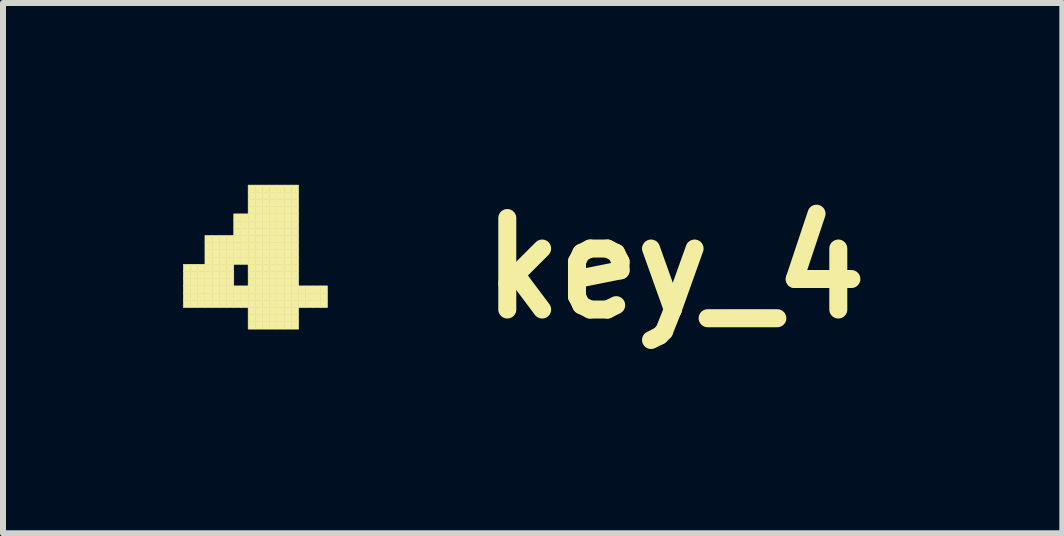
<source format=kicad_pcb>
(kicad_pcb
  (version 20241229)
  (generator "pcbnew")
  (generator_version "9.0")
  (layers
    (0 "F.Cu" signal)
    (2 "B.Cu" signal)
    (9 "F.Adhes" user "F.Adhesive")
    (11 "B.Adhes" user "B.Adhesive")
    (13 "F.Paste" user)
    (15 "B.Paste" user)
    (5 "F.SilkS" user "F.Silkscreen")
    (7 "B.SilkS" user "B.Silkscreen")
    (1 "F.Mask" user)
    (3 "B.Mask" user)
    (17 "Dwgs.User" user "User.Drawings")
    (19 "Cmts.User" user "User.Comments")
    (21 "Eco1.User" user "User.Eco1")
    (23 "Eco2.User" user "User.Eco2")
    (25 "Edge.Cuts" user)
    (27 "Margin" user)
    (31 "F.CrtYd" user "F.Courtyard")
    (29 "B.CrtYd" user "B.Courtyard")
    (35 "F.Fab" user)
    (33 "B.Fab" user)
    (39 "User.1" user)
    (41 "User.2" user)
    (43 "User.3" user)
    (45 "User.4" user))
  (footprint "key_4"
    (layer "F.Cu")
    (at 1.085 1.418)
    (property "Reference" "key_4" (at 7.112 0 0) (layer "F.SilkS") (effects (font (size 1.524 1.524) (thickness 0.3))))
    (attr through_hole)
    (fp_poly (pts (xy -1.08 -0.064) (xy -0.96 -0.064) (xy -0.96 0.056) (xy -1.08 0.056) (xy -1.08 -0.064)) (stroke (width 0.01) (type solid)) (fill yes) (layer "F.SilkS"))
    (fp_poly (pts (xy -1.08 0.056) (xy -0.96 0.056) (xy -0.96 0.176) (xy -1.08 0.176) (xy -1.08 0.056)) (stroke (width 0.01) (type solid)) (fill yes) (layer "F.SilkS"))
    (fp_poly (pts (xy -1.08 0.176) (xy -0.96 0.176) (xy -0.96 0.296) (xy -1.08 0.296) (xy -1.08 0.176)) (stroke (width 0.01) (type solid)) (fill yes) (layer "F.SilkS"))
    (fp_poly (pts (xy -1.08 0.296) (xy -0.96 0.296) (xy -0.96 0.416) (xy -1.08 0.416) (xy -1.08 0.296)) (stroke (width 0.01) (type solid)) (fill yes) (layer "F.SilkS"))
    (fp_poly (pts (xy -1.08 0.416) (xy -0.96 0.416) (xy -0.96 0.536) (xy -1.08 0.536) (xy -1.08 0.416)) (stroke (width 0.01) (type solid)) (fill yes) (layer "F.SilkS"))
    (fp_poly (pts (xy -1.08 0.536) (xy -0.96 0.536) (xy -0.96 0.656) (xy -1.08 0.656) (xy -1.08 0.536)) (stroke (width 0.01) (type solid)) (fill yes) (layer "F.SilkS"))
    (fp_poly (pts (xy -0.96 -0.064) (xy -0.84 -0.064) (xy -0.84 0.056) (xy -0.96 0.056) (xy -0.96 -0.064)) (stroke (width 0.01) (type solid)) (fill yes) (layer "F.SilkS"))
    (fp_poly (pts (xy -0.96 0.056) (xy -0.84 0.056) (xy -0.84 0.176) (xy -0.96 0.176) (xy -0.96 0.056)) (stroke (width 0.01) (type solid)) (fill yes) (layer "F.SilkS"))
    (fp_poly (pts (xy -0.96 0.176) (xy -0.84 0.176) (xy -0.84 0.296) (xy -0.96 0.296) (xy -0.96 0.176)) (stroke (width 0.01) (type solid)) (fill yes) (layer "F.SilkS"))
    (fp_poly (pts (xy -0.96 0.296) (xy -0.84 0.296) (xy -0.84 0.416) (xy -0.96 0.416) (xy -0.96 0.296)) (stroke (width 0.01) (type solid)) (fill yes) (layer "F.SilkS"))
    (fp_poly (pts (xy -0.96 0.416) (xy -0.84 0.416) (xy -0.84 0.536) (xy -0.96 0.536) (xy -0.96 0.416)) (stroke (width 0.01) (type solid)) (fill yes) (layer "F.SilkS"))
    (fp_poly (pts (xy -0.96 0.536) (xy -0.84 0.536) (xy -0.84 0.656) (xy -0.96 0.656) (xy -0.96 0.536)) (stroke (width 0.01) (type solid)) (fill yes) (layer "F.SilkS"))
    (fp_poly (pts (xy -0.84 -0.064) (xy -0.72 -0.064) (xy -0.72 0.056) (xy -0.84 0.056) (xy -0.84 -0.064)) (stroke (width 0.01) (type solid)) (fill yes) (layer "F.SilkS"))
    (fp_poly (pts (xy -0.84 0.056) (xy -0.72 0.056) (xy -0.72 0.176) (xy -0.84 0.176) (xy -0.84 0.056)) (stroke (width 0.01) (type solid)) (fill yes) (layer "F.SilkS"))
    (fp_poly (pts (xy -0.84 0.176) (xy -0.72 0.176) (xy -0.72 0.296) (xy -0.84 0.296) (xy -0.84 0.176)) (stroke (width 0.01) (type solid)) (fill yes) (layer "F.SilkS"))
    (fp_poly (pts (xy -0.84 0.296) (xy -0.72 0.296) (xy -0.72 0.416) (xy -0.84 0.416) (xy -0.84 0.296)) (stroke (width 0.01) (type solid)) (fill yes) (layer "F.SilkS"))
    (fp_poly (pts (xy -0.84 0.416) (xy -0.72 0.416) (xy -0.72 0.536) (xy -0.84 0.536) (xy -0.84 0.416)) (stroke (width 0.01) (type solid)) (fill yes) (layer "F.SilkS"))
    (fp_poly (pts (xy -0.84 0.536) (xy -0.72 0.536) (xy -0.72 0.656) (xy -0.84 0.656) (xy -0.84 0.536)) (stroke (width 0.01) (type solid)) (fill yes) (layer "F.SilkS"))
    (fp_poly (pts (xy -0.72 -0.544) (xy -0.6 -0.544) (xy -0.6 -0.424) (xy -0.72 -0.424) (xy -0.72 -0.544)) (stroke (width 0.01) (type solid)) (fill yes) (layer "F.SilkS"))
    (fp_poly (pts (xy -0.72 -0.424) (xy -0.6 -0.424) (xy -0.6 -0.304) (xy -0.72 -0.304) (xy -0.72 -0.424)) (stroke (width 0.01) (type solid)) (fill yes) (layer "F.SilkS"))
    (fp_poly (pts (xy -0.72 -0.304) (xy -0.6 -0.304) (xy -0.6 -0.184) (xy -0.72 -0.184) (xy -0.72 -0.304)) (stroke (width 0.01) (type solid)) (fill yes) (layer "F.SilkS"))
    (fp_poly (pts (xy -0.72 -0.184) (xy -0.6 -0.184) (xy -0.6 -0.064) (xy -0.72 -0.064) (xy -0.72 -0.184)) (stroke (width 0.01) (type solid)) (fill yes) (layer "F.SilkS"))
    (fp_poly (pts (xy -0.72 -0.064) (xy -0.6 -0.064) (xy -0.6 0.056) (xy -0.72 0.056) (xy -0.72 -0.064)) (stroke (width 0.01) (type solid)) (fill yes) (layer "F.SilkS"))
    (fp_poly (pts (xy -0.72 0.056) (xy -0.6 0.056) (xy -0.6 0.176) (xy -0.72 0.176) (xy -0.72 0.056)) (stroke (width 0.01) (type solid)) (fill yes) (layer "F.SilkS"))
    (fp_poly (pts (xy -0.72 0.176) (xy -0.6 0.176) (xy -0.6 0.296) (xy -0.72 0.296) (xy -0.72 0.176)) (stroke (width 0.01) (type solid)) (fill yes) (layer "F.SilkS"))
    (fp_poly (pts (xy -0.72 0.296) (xy -0.6 0.296) (xy -0.6 0.416) (xy -0.72 0.416) (xy -0.72 0.296)) (stroke (width 0.01) (type solid)) (fill yes) (layer "F.SilkS"))
    (fp_poly (pts (xy -0.72 0.416) (xy -0.6 0.416) (xy -0.6 0.536) (xy -0.72 0.536) (xy -0.72 0.416)) (stroke (width 0.01) (type solid)) (fill yes) (layer "F.SilkS"))
    (fp_poly (pts (xy -0.72 0.536) (xy -0.6 0.536) (xy -0.6 0.656) (xy -0.72 0.656) (xy -0.72 0.536)) (stroke (width 0.01) (type solid)) (fill yes) (layer "F.SilkS"))
    (fp_poly (pts (xy -0.6 -0.544) (xy -0.48 -0.544) (xy -0.48 -0.424) (xy -0.6 -0.424) (xy -0.6 -0.544)) (stroke (width 0.01) (type solid)) (fill yes) (layer "F.SilkS"))
    (fp_poly (pts (xy -0.6 -0.424) (xy -0.48 -0.424) (xy -0.48 -0.304) (xy -0.6 -0.304) (xy -0.6 -0.424)) (stroke (width 0.01) (type solid)) (fill yes) (layer "F.SilkS"))
    (fp_poly (pts (xy -0.6 -0.304) (xy -0.48 -0.304) (xy -0.48 -0.184) (xy -0.6 -0.184) (xy -0.6 -0.304)) (stroke (width 0.01) (type solid)) (fill yes) (layer "F.SilkS"))
    (fp_poly (pts (xy -0.6 -0.184) (xy -0.48 -0.184) (xy -0.48 -0.064) (xy -0.6 -0.064) (xy -0.6 -0.184)) (stroke (width 0.01) (type solid)) (fill yes) (layer "F.SilkS"))
    (fp_poly (pts (xy -0.6 -0.064) (xy -0.48 -0.064) (xy -0.48 0.056) (xy -0.6 0.056) (xy -0.6 -0.064)) (stroke (width 0.01) (type solid)) (fill yes) (layer "F.SilkS"))
    (fp_poly (pts (xy -0.6 0.056) (xy -0.48 0.056) (xy -0.48 0.176) (xy -0.6 0.176) (xy -0.6 0.056)) (stroke (width 0.01) (type solid)) (fill yes) (layer "F.SilkS"))
    (fp_poly (pts (xy -0.6 0.176) (xy -0.48 0.176) (xy -0.48 0.296) (xy -0.6 0.296) (xy -0.6 0.176)) (stroke (width 0.01) (type solid)) (fill yes) (layer "F.SilkS"))
    (fp_poly (pts (xy -0.6 0.296) (xy -0.48 0.296) (xy -0.48 0.416) (xy -0.6 0.416) (xy -0.6 0.296)) (stroke (width 0.01) (type solid)) (fill yes) (layer "F.SilkS"))
    (fp_poly (pts (xy -0.6 0.416) (xy -0.48 0.416) (xy -0.48 0.536) (xy -0.6 0.536) (xy -0.6 0.416)) (stroke (width 0.01) (type solid)) (fill yes) (layer "F.SilkS"))
    (fp_poly (pts (xy -0.6 0.536) (xy -0.48 0.536) (xy -0.48 0.656) (xy -0.6 0.656) (xy -0.6 0.536)) (stroke (width 0.01) (type solid)) (fill yes) (layer "F.SilkS"))
    (fp_poly (pts (xy -0.48 -0.544) (xy -0.36 -0.544) (xy -0.36 -0.424) (xy -0.48 -0.424) (xy -0.48 -0.544)) (stroke (width 0.01) (type solid)) (fill yes) (layer "F.SilkS"))
    (fp_poly (pts (xy -0.48 -0.424) (xy -0.36 -0.424) (xy -0.36 -0.304) (xy -0.48 -0.304) (xy -0.48 -0.424)) (stroke (width 0.01) (type solid)) (fill yes) (layer "F.SilkS"))
    (fp_poly (pts (xy -0.48 -0.304) (xy -0.36 -0.304) (xy -0.36 -0.184) (xy -0.48 -0.184) (xy -0.48 -0.304)) (stroke (width 0.01) (type solid)) (fill yes) (layer "F.SilkS"))
    (fp_poly (pts (xy -0.48 -0.184) (xy -0.36 -0.184) (xy -0.36 -0.064) (xy -0.48 -0.064) (xy -0.48 -0.184)) (stroke (width 0.01) (type solid)) (fill yes) (layer "F.SilkS"))
    (fp_poly (pts (xy -0.48 -0.064) (xy -0.36 -0.064) (xy -0.36 0.056) (xy -0.48 0.056) (xy -0.48 -0.064)) (stroke (width 0.01) (type solid)) (fill yes) (layer "F.SilkS"))
    (fp_poly (pts (xy -0.48 0.056) (xy -0.36 0.056) (xy -0.36 0.176) (xy -0.48 0.176) (xy -0.48 0.056)) (stroke (width 0.01) (type solid)) (fill yes) (layer "F.SilkS"))
    (fp_poly (pts (xy -0.48 0.176) (xy -0.36 0.176) (xy -0.36 0.296) (xy -0.48 0.296) (xy -0.48 0.176)) (stroke (width 0.01) (type solid)) (fill yes) (layer "F.SilkS"))
    (fp_poly (pts (xy -0.48 0.296) (xy -0.36 0.296) (xy -0.36 0.416) (xy -0.48 0.416) (xy -0.48 0.296)) (stroke (width 0.01) (type solid)) (fill yes) (layer "F.SilkS"))
    (fp_poly (pts (xy -0.48 0.416) (xy -0.36 0.416) (xy -0.36 0.536) (xy -0.48 0.536) (xy -0.48 0.416)) (stroke (width 0.01) (type solid)) (fill yes) (layer "F.SilkS"))
    (fp_poly (pts (xy -0.48 0.536) (xy -0.36 0.536) (xy -0.36 0.656) (xy -0.48 0.656) (xy -0.48 0.536)) (stroke (width 0.01) (type solid)) (fill yes) (layer "F.SilkS"))
    (fp_poly (pts (xy -0.36 -0.544) (xy -0.24 -0.544) (xy -0.24 -0.424) (xy -0.36 -0.424) (xy -0.36 -0.544)) (stroke (width 0.01) (type solid)) (fill yes) (layer "F.SilkS"))
    (fp_poly (pts (xy -0.36 -0.424) (xy -0.24 -0.424) (xy -0.24 -0.304) (xy -0.36 -0.304) (xy -0.36 -0.424)) (stroke (width 0.01) (type solid)) (fill yes) (layer "F.SilkS"))
    (fp_poly (pts (xy -0.36 -0.304) (xy -0.24 -0.304) (xy -0.24 -0.184) (xy -0.36 -0.184) (xy -0.36 -0.304)) (stroke (width 0.01) (type solid)) (fill yes) (layer "F.SilkS"))
    (fp_poly (pts (xy -0.36 -0.184) (xy -0.24 -0.184) (xy -0.24 -0.064) (xy -0.36 -0.064) (xy -0.36 -0.184)) (stroke (width 0.01) (type solid)) (fill yes) (layer "F.SilkS"))
    (fp_poly (pts (xy -0.36 -0.064) (xy -0.24 -0.064) (xy -0.24 0.056) (xy -0.36 0.056) (xy -0.36 -0.064)) (stroke (width 0.01) (type solid)) (fill yes) (layer "F.SilkS"))
    (fp_poly (pts (xy -0.36 0.056) (xy -0.24 0.056) (xy -0.24 0.176) (xy -0.36 0.176) (xy -0.36 0.056)) (stroke (width 0.01) (type solid)) (fill yes) (layer "F.SilkS"))
    (fp_poly (pts (xy -0.36 0.176) (xy -0.24 0.176) (xy -0.24 0.296) (xy -0.36 0.296) (xy -0.36 0.176)) (stroke (width 0.01) (type solid)) (fill yes) (layer "F.SilkS"))
    (fp_poly (pts (xy -0.36 0.296) (xy -0.24 0.296) (xy -0.24 0.416) (xy -0.36 0.416) (xy -0.36 0.296)) (stroke (width 0.01) (type solid)) (fill yes) (layer "F.SilkS"))
    (fp_poly (pts (xy -0.36 0.416) (xy -0.24 0.416) (xy -0.24 0.536) (xy -0.36 0.536) (xy -0.36 0.416)) (stroke (width 0.01) (type solid)) (fill yes) (layer "F.SilkS"))
    (fp_poly (pts (xy -0.36 0.536) (xy -0.24 0.536) (xy -0.24 0.656) (xy -0.36 0.656) (xy -0.36 0.536)) (stroke (width 0.01) (type solid)) (fill yes) (layer "F.SilkS"))
    (fp_poly (pts (xy -0.24 -0.904) (xy -0.12 -0.904) (xy -0.12 -0.784) (xy -0.24 -0.784) (xy -0.24 -0.904)) (stroke (width 0.01) (type solid)) (fill yes) (layer "F.SilkS"))
    (fp_poly (pts (xy -0.24 -0.784) (xy -0.12 -0.784) (xy -0.12 -0.664) (xy -0.24 -0.664) (xy -0.24 -0.784)) (stroke (width 0.01) (type solid)) (fill yes) (layer "F.SilkS"))
    (fp_poly (pts (xy -0.24 -0.664) (xy -0.12 -0.664) (xy -0.12 -0.544) (xy -0.24 -0.544) (xy -0.24 -0.664)) (stroke (width 0.01) (type solid)) (fill yes) (layer "F.SilkS"))
    (fp_poly (pts (xy -0.24 -0.544) (xy -0.12 -0.544) (xy -0.12 -0.424) (xy -0.24 -0.424) (xy -0.24 -0.544)) (stroke (width 0.01) (type solid)) (fill yes) (layer "F.SilkS"))
    (fp_poly (pts (xy -0.24 -0.424) (xy -0.12 -0.424) (xy -0.12 -0.304) (xy -0.24 -0.304) (xy -0.24 -0.424)) (stroke (width 0.01) (type solid)) (fill yes) (layer "F.SilkS"))
    (fp_poly (pts (xy -0.24 -0.304) (xy -0.12 -0.304) (xy -0.12 -0.184) (xy -0.24 -0.184) (xy -0.24 -0.304)) (stroke (width 0.01) (type solid)) (fill yes) (layer "F.SilkS"))
    (fp_poly (pts (xy -0.24 -0.184) (xy -0.12 -0.184) (xy -0.12 -0.064) (xy -0.24 -0.064) (xy -0.24 -0.184)) (stroke (width 0.01) (type solid)) (fill yes) (layer "F.SilkS"))
    (fp_poly (pts (xy -0.24 0.296) (xy -0.12 0.296) (xy -0.12 0.416) (xy -0.24 0.416) (xy -0.24 0.296)) (stroke (width 0.01) (type solid)) (fill yes) (layer "F.SilkS"))
    (fp_poly (pts (xy -0.24 0.416) (xy -0.12 0.416) (xy -0.12 0.536) (xy -0.24 0.536) (xy -0.24 0.416)) (stroke (width 0.01) (type solid)) (fill yes) (layer "F.SilkS"))
    (fp_poly (pts (xy -0.24 0.536) (xy -0.12 0.536) (xy -0.12 0.656) (xy -0.24 0.656) (xy -0.24 0.536)) (stroke (width 0.01) (type solid)) (fill yes) (layer "F.SilkS"))
    (fp_poly (pts (xy -0.12 -0.904) (xy 0 -0.904) (xy 0 -0.784) (xy -0.12 -0.784) (xy -0.12 -0.904)) (stroke (width 0.01) (type solid)) (fill yes) (layer "F.SilkS"))
    (fp_poly (pts (xy -0.12 -0.784) (xy 0 -0.784) (xy 0 -0.664) (xy -0.12 -0.664) (xy -0.12 -0.784)) (stroke (width 0.01) (type solid)) (fill yes) (layer "F.SilkS"))
    (fp_poly (pts (xy -0.12 -0.664) (xy 0 -0.664) (xy 0 -0.544) (xy -0.12 -0.544) (xy -0.12 -0.664)) (stroke (width 0.01) (type solid)) (fill yes) (layer "F.SilkS"))
    (fp_poly (pts (xy -0.12 -0.544) (xy 0 -0.544) (xy 0 -0.424) (xy -0.12 -0.424) (xy -0.12 -0.544)) (stroke (width 0.01) (type solid)) (fill yes) (layer "F.SilkS"))
    (fp_poly (pts (xy -0.12 -0.424) (xy 0 -0.424) (xy 0 -0.304) (xy -0.12 -0.304) (xy -0.12 -0.424)) (stroke (width 0.01) (type solid)) (fill yes) (layer "F.SilkS"))
    (fp_poly (pts (xy -0.12 -0.304) (xy 0 -0.304) (xy 0 -0.184) (xy -0.12 -0.184) (xy -0.12 -0.304)) (stroke (width 0.01) (type solid)) (fill yes) (layer "F.SilkS"))
    (fp_poly (pts (xy -0.12 -0.184) (xy 0 -0.184) (xy 0 -0.064) (xy -0.12 -0.064) (xy -0.12 -0.184)) (stroke (width 0.01) (type solid)) (fill yes) (layer "F.SilkS"))
    (fp_poly (pts (xy -0.12 0.296) (xy 0 0.296) (xy 0 0.416) (xy -0.12 0.416) (xy -0.12 0.296)) (stroke (width 0.01) (type solid)) (fill yes) (layer "F.SilkS"))
    (fp_poly (pts (xy -0.12 0.416) (xy 0 0.416) (xy 0 0.536) (xy -0.12 0.536) (xy -0.12 0.416)) (stroke (width 0.01) (type solid)) (fill yes) (layer "F.SilkS"))
    (fp_poly (pts (xy -0.12 0.536) (xy 0 0.536) (xy 0 0.656) (xy -0.12 0.656) (xy -0.12 0.536)) (stroke (width 0.01) (type solid)) (fill yes) (layer "F.SilkS"))
    (fp_poly (pts (xy 0 -1.384) (xy 0.12 -1.384) (xy 0.12 -1.264) (xy 0 -1.264) (xy 0 -1.384)) (stroke (width 0.01) (type solid)) (fill yes) (layer "F.SilkS"))
    (fp_poly (pts (xy 0 -1.264) (xy 0.12 -1.264) (xy 0.12 -1.144) (xy 0 -1.144) (xy 0 -1.264)) (stroke (width 0.01) (type solid)) (fill yes) (layer "F.SilkS"))
    (fp_poly (pts (xy 0 -1.144) (xy 0.12 -1.144) (xy 0.12 -1.024) (xy 0 -1.024) (xy 0 -1.144)) (stroke (width 0.01) (type solid)) (fill yes) (layer "F.SilkS"))
    (fp_poly (pts (xy 0 -1.024) (xy 0.12 -1.024) (xy 0.12 -0.904) (xy 0 -0.904) (xy 0 -1.024)) (stroke (width 0.01) (type solid)) (fill yes) (layer "F.SilkS"))
    (fp_poly (pts (xy 0 -0.904) (xy 0.12 -0.904) (xy 0.12 -0.784) (xy 0 -0.784) (xy 0 -0.904)) (stroke (width 0.01) (type solid)) (fill yes) (layer "F.SilkS"))
    (fp_poly (pts (xy 0 -0.784) (xy 0.12 -0.784) (xy 0.12 -0.664) (xy 0 -0.664) (xy 0 -0.784)) (stroke (width 0.01) (type solid)) (fill yes) (layer "F.SilkS"))
    (fp_poly (pts (xy 0 -0.664) (xy 0.12 -0.664) (xy 0.12 -0.544) (xy 0 -0.544) (xy 0 -0.664)) (stroke (width 0.01) (type solid)) (fill yes) (layer "F.SilkS"))
    (fp_poly (pts (xy 0 -0.544) (xy 0.12 -0.544) (xy 0.12 -0.424) (xy 0 -0.424) (xy 0 -0.544)) (stroke (width 0.01) (type solid)) (fill yes) (layer "F.SilkS"))
    (fp_poly (pts (xy 0 -0.424) (xy 0.12 -0.424) (xy 0.12 -0.304) (xy 0 -0.304) (xy 0 -0.424)) (stroke (width 0.01) (type solid)) (fill yes) (layer "F.SilkS"))
    (fp_poly (pts (xy 0 -0.304) (xy 0.12 -0.304) (xy 0.12 -0.184) (xy 0 -0.184) (xy 0 -0.304)) (stroke (width 0.01) (type solid)) (fill yes) (layer "F.SilkS"))
    (fp_poly (pts (xy 0 -0.184) (xy 0.12 -0.184) (xy 0.12 -0.064) (xy 0 -0.064) (xy 0 -0.184)) (stroke (width 0.01) (type solid)) (fill yes) (layer "F.SilkS"))
    (fp_poly (pts (xy 0 -0.064) (xy 0.12 -0.064) (xy 0.12 0.056) (xy 0 0.056) (xy 0 -0.064)) (stroke (width 0.01) (type solid)) (fill yes) (layer "F.SilkS"))
    (fp_poly (pts (xy 0 0.056) (xy 0.12 0.056) (xy 0.12 0.176) (xy 0 0.176) (xy 0 0.056)) (stroke (width 0.01) (type solid)) (fill yes) (layer "F.SilkS"))
    (fp_poly (pts (xy 0 0.176) (xy 0.12 0.176) (xy 0.12 0.296) (xy 0 0.296) (xy 0 0.176)) (stroke (width 0.01) (type solid)) (fill yes) (layer "F.SilkS"))
    (fp_poly (pts (xy 0 0.296) (xy 0.12 0.296) (xy 0.12 0.416) (xy 0 0.416) (xy 0 0.296)) (stroke (width 0.01) (type solid)) (fill yes) (layer "F.SilkS"))
    (fp_poly (pts (xy 0 0.416) (xy 0.12 0.416) (xy 0.12 0.536) (xy 0 0.536) (xy 0 0.416)) (stroke (width 0.01) (type solid)) (fill yes) (layer "F.SilkS"))
    (fp_poly (pts (xy 0 0.536) (xy 0.12 0.536) (xy 0.12 0.656) (xy 0 0.656) (xy 0 0.536)) (stroke (width 0.01) (type solid)) (fill yes) (layer "F.SilkS"))
    (fp_poly (pts (xy 0 0.656) (xy 0.12 0.656) (xy 0.12 0.776) (xy 0 0.776) (xy 0 0.656)) (stroke (width 0.01) (type solid)) (fill yes) (layer "F.SilkS"))
    (fp_poly (pts (xy 0 0.776) (xy 0.12 0.776) (xy 0.12 0.896) (xy 0 0.896) (xy 0 0.776)) (stroke (width 0.01) (type solid)) (fill yes) (layer "F.SilkS"))
    (fp_poly (pts (xy 0 0.896) (xy 0.12 0.896) (xy 0.12 1.016) (xy 0 1.016) (xy 0 0.896)) (stroke (width 0.01) (type solid)) (fill yes) (layer "F.SilkS"))
    (fp_poly (pts (xy 0.12 -1.384) (xy 0.24 -1.384) (xy 0.24 -1.264) (xy 0.12 -1.264) (xy 0.12 -1.384)) (stroke (width 0.01) (type solid)) (fill yes) (layer "F.SilkS"))
    (fp_poly (pts (xy 0.12 -1.264) (xy 0.24 -1.264) (xy 0.24 -1.144) (xy 0.12 -1.144) (xy 0.12 -1.264)) (stroke (width 0.01) (type solid)) (fill yes) (layer "F.SilkS"))
    (fp_poly (pts (xy 0.12 -1.144) (xy 0.24 -1.144) (xy 0.24 -1.024) (xy 0.12 -1.024) (xy 0.12 -1.144)) (stroke (width 0.01) (type solid)) (fill yes) (layer "F.SilkS"))
    (fp_poly (pts (xy 0.12 -1.024) (xy 0.24 -1.024) (xy 0.24 -0.904) (xy 0.12 -0.904) (xy 0.12 -1.024)) (stroke (width 0.01) (type solid)) (fill yes) (layer "F.SilkS"))
    (fp_poly (pts (xy 0.12 -0.904) (xy 0.24 -0.904) (xy 0.24 -0.784) (xy 0.12 -0.784) (xy 0.12 -0.904)) (stroke (width 0.01) (type solid)) (fill yes) (layer "F.SilkS"))
    (fp_poly (pts (xy 0.12 -0.784) (xy 0.24 -0.784) (xy 0.24 -0.664) (xy 0.12 -0.664) (xy 0.12 -0.784)) (stroke (width 0.01) (type solid)) (fill yes) (layer "F.SilkS"))
    (fp_poly (pts (xy 0.12 -0.664) (xy 0.24 -0.664) (xy 0.24 -0.544) (xy 0.12 -0.544) (xy 0.12 -0.664)) (stroke (width 0.01) (type solid)) (fill yes) (layer "F.SilkS"))
    (fp_poly (pts (xy 0.12 -0.544) (xy 0.24 -0.544) (xy 0.24 -0.424) (xy 0.12 -0.424) (xy 0.12 -0.544)) (stroke (width 0.01) (type solid)) (fill yes) (layer "F.SilkS"))
    (fp_poly (pts (xy 0.12 -0.424) (xy 0.24 -0.424) (xy 0.24 -0.304) (xy 0.12 -0.304) (xy 0.12 -0.424)) (stroke (width 0.01) (type solid)) (fill yes) (layer "F.SilkS"))
    (fp_poly (pts (xy 0.12 -0.304) (xy 0.24 -0.304) (xy 0.24 -0.184) (xy 0.12 -0.184) (xy 0.12 -0.304)) (stroke (width 0.01) (type solid)) (fill yes) (layer "F.SilkS"))
    (fp_poly (pts (xy 0.12 -0.184) (xy 0.24 -0.184) (xy 0.24 -0.064) (xy 0.12 -0.064) (xy 0.12 -0.184)) (stroke (width 0.01) (type solid)) (fill yes) (layer "F.SilkS"))
    (fp_poly (pts (xy 0.12 -0.064) (xy 0.24 -0.064) (xy 0.24 0.056) (xy 0.12 0.056) (xy 0.12 -0.064)) (stroke (width 0.01) (type solid)) (fill yes) (layer "F.SilkS"))
    (fp_poly (pts (xy 0.12 0.056) (xy 0.24 0.056) (xy 0.24 0.176) (xy 0.12 0.176) (xy 0.12 0.056)) (stroke (width 0.01) (type solid)) (fill yes) (layer "F.SilkS"))
    (fp_poly (pts (xy 0.12 0.176) (xy 0.24 0.176) (xy 0.24 0.296) (xy 0.12 0.296) (xy 0.12 0.176)) (stroke (width 0.01) (type solid)) (fill yes) (layer "F.SilkS"))
    (fp_poly (pts (xy 0.12 0.296) (xy 0.24 0.296) (xy 0.24 0.416) (xy 0.12 0.416) (xy 0.12 0.296)) (stroke (width 0.01) (type solid)) (fill yes) (layer "F.SilkS"))
    (fp_poly (pts (xy 0.12 0.416) (xy 0.24 0.416) (xy 0.24 0.536) (xy 0.12 0.536) (xy 0.12 0.416)) (stroke (width 0.01) (type solid)) (fill yes) (layer "F.SilkS"))
    (fp_poly (pts (xy 0.12 0.536) (xy 0.24 0.536) (xy 0.24 0.656) (xy 0.12 0.656) (xy 0.12 0.536)) (stroke (width 0.01) (type solid)) (fill yes) (layer "F.SilkS"))
    (fp_poly (pts (xy 0.12 0.656) (xy 0.24 0.656) (xy 0.24 0.776) (xy 0.12 0.776) (xy 0.12 0.656)) (stroke (width 0.01) (type solid)) (fill yes) (layer "F.SilkS"))
    (fp_poly (pts (xy 0.12 0.776) (xy 0.24 0.776) (xy 0.24 0.896) (xy 0.12 0.896) (xy 0.12 0.776)) (stroke (width 0.01) (type solid)) (fill yes) (layer "F.SilkS"))
    (fp_poly (pts (xy 0.12 0.896) (xy 0.24 0.896) (xy 0.24 1.016) (xy 0.12 1.016) (xy 0.12 0.896)) (stroke (width 0.01) (type solid)) (fill yes) (layer "F.SilkS"))
    (fp_poly (pts (xy 0.24 -1.384) (xy 0.36 -1.384) (xy 0.36 -1.264) (xy 0.24 -1.264) (xy 0.24 -1.384)) (stroke (width 0.01) (type solid)) (fill yes) (layer "F.SilkS"))
    (fp_poly (pts (xy 0.24 -1.264) (xy 0.36 -1.264) (xy 0.36 -1.144) (xy 0.24 -1.144) (xy 0.24 -1.264)) (stroke (width 0.01) (type solid)) (fill yes) (layer "F.SilkS"))
    (fp_poly (pts (xy 0.24 -1.144) (xy 0.36 -1.144) (xy 0.36 -1.024) (xy 0.24 -1.024) (xy 0.24 -1.144)) (stroke (width 0.01) (type solid)) (fill yes) (layer "F.SilkS"))
    (fp_poly (pts (xy 0.24 -1.024) (xy 0.36 -1.024) (xy 0.36 -0.904) (xy 0.24 -0.904) (xy 0.24 -1.024)) (stroke (width 0.01) (type solid)) (fill yes) (layer "F.SilkS"))
    (fp_poly (pts (xy 0.24 -0.904) (xy 0.36 -0.904) (xy 0.36 -0.784) (xy 0.24 -0.784) (xy 0.24 -0.904)) (stroke (width 0.01) (type solid)) (fill yes) (layer "F.SilkS"))
    (fp_poly (pts (xy 0.24 -0.784) (xy 0.36 -0.784) (xy 0.36 -0.664) (xy 0.24 -0.664) (xy 0.24 -0.784)) (stroke (width 0.01) (type solid)) (fill yes) (layer "F.SilkS"))
    (fp_poly (pts (xy 0.24 -0.664) (xy 0.36 -0.664) (xy 0.36 -0.544) (xy 0.24 -0.544) (xy 0.24 -0.664)) (stroke (width 0.01) (type solid)) (fill yes) (layer "F.SilkS"))
    (fp_poly (pts (xy 0.24 -0.544) (xy 0.36 -0.544) (xy 0.36 -0.424) (xy 0.24 -0.424) (xy 0.24 -0.544)) (stroke (width 0.01) (type solid)) (fill yes) (layer "F.SilkS"))
    (fp_poly (pts (xy 0.24 -0.424) (xy 0.36 -0.424) (xy 0.36 -0.304) (xy 0.24 -0.304) (xy 0.24 -0.424)) (stroke (width 0.01) (type solid)) (fill yes) (layer "F.SilkS"))
    (fp_poly (pts (xy 0.24 -0.304) (xy 0.36 -0.304) (xy 0.36 -0.184) (xy 0.24 -0.184) (xy 0.24 -0.304)) (stroke (width 0.01) (type solid)) (fill yes) (layer "F.SilkS"))
    (fp_poly (pts (xy 0.24 -0.184) (xy 0.36 -0.184) (xy 0.36 -0.064) (xy 0.24 -0.064) (xy 0.24 -0.184)) (stroke (width 0.01) (type solid)) (fill yes) (layer "F.SilkS"))
    (fp_poly (pts (xy 0.24 -0.064) (xy 0.36 -0.064) (xy 0.36 0.056) (xy 0.24 0.056) (xy 0.24 -0.064)) (stroke (width 0.01) (type solid)) (fill yes) (layer "F.SilkS"))
    (fp_poly (pts (xy 0.24 0.056) (xy 0.36 0.056) (xy 0.36 0.176) (xy 0.24 0.176) (xy 0.24 0.056)) (stroke (width 0.01) (type solid)) (fill yes) (layer "F.SilkS"))
    (fp_poly (pts (xy 0.24 0.176) (xy 0.36 0.176) (xy 0.36 0.296) (xy 0.24 0.296) (xy 0.24 0.176)) (stroke (width 0.01) (type solid)) (fill yes) (layer "F.SilkS"))
    (fp_poly (pts (xy 0.24 0.296) (xy 0.36 0.296) (xy 0.36 0.416) (xy 0.24 0.416) (xy 0.24 0.296)) (stroke (width 0.01) (type solid)) (fill yes) (layer "F.SilkS"))
    (fp_poly (pts (xy 0.24 0.416) (xy 0.36 0.416) (xy 0.36 0.536) (xy 0.24 0.536) (xy 0.24 0.416)) (stroke (width 0.01) (type solid)) (fill yes) (layer "F.SilkS"))
    (fp_poly (pts (xy 0.24 0.536) (xy 0.36 0.536) (xy 0.36 0.656) (xy 0.24 0.656) (xy 0.24 0.536)) (stroke (width 0.01) (type solid)) (fill yes) (layer "F.SilkS"))
    (fp_poly (pts (xy 0.24 0.656) (xy 0.36 0.656) (xy 0.36 0.776) (xy 0.24 0.776) (xy 0.24 0.656)) (stroke (width 0.01) (type solid)) (fill yes) (layer "F.SilkS"))
    (fp_poly (pts (xy 0.24 0.776) (xy 0.36 0.776) (xy 0.36 0.896) (xy 0.24 0.896) (xy 0.24 0.776)) (stroke (width 0.01) (type solid)) (fill yes) (layer "F.SilkS"))
    (fp_poly (pts (xy 0.24 0.896) (xy 0.36 0.896) (xy 0.36 1.016) (xy 0.24 1.016) (xy 0.24 0.896)) (stroke (width 0.01) (type solid)) (fill yes) (layer "F.SilkS"))
    (fp_poly (pts (xy 0.36 -1.384) (xy 0.48 -1.384) (xy 0.48 -1.264) (xy 0.36 -1.264) (xy 0.36 -1.384)) (stroke (width 0.01) (type solid)) (fill yes) (layer "F.SilkS"))
    (fp_poly (pts (xy 0.36 -1.264) (xy 0.48 -1.264) (xy 0.48 -1.144) (xy 0.36 -1.144) (xy 0.36 -1.264)) (stroke (width 0.01) (type solid)) (fill yes) (layer "F.SilkS"))
    (fp_poly (pts (xy 0.36 -1.144) (xy 0.48 -1.144) (xy 0.48 -1.024) (xy 0.36 -1.024) (xy 0.36 -1.144)) (stroke (width 0.01) (type solid)) (fill yes) (layer "F.SilkS"))
    (fp_poly (pts (xy 0.36 -1.024) (xy 0.48 -1.024) (xy 0.48 -0.904) (xy 0.36 -0.904) (xy 0.36 -1.024)) (stroke (width 0.01) (type solid)) (fill yes) (layer "F.SilkS"))
    (fp_poly (pts (xy 0.36 -0.904) (xy 0.48 -0.904) (xy 0.48 -0.784) (xy 0.36 -0.784) (xy 0.36 -0.904)) (stroke (width 0.01) (type solid)) (fill yes) (layer "F.SilkS"))
    (fp_poly (pts (xy 0.36 -0.784) (xy 0.48 -0.784) (xy 0.48 -0.664) (xy 0.36 -0.664) (xy 0.36 -0.784)) (stroke (width 0.01) (type solid)) (fill yes) (layer "F.SilkS"))
    (fp_poly (pts (xy 0.36 -0.664) (xy 0.48 -0.664) (xy 0.48 -0.544) (xy 0.36 -0.544) (xy 0.36 -0.664)) (stroke (width 0.01) (type solid)) (fill yes) (layer "F.SilkS"))
    (fp_poly (pts (xy 0.36 -0.544) (xy 0.48 -0.544) (xy 0.48 -0.424) (xy 0.36 -0.424) (xy 0.36 -0.544)) (stroke (width 0.01) (type solid)) (fill yes) (layer "F.SilkS"))
    (fp_poly (pts (xy 0.36 -0.424) (xy 0.48 -0.424) (xy 0.48 -0.304) (xy 0.36 -0.304) (xy 0.36 -0.424)) (stroke (width 0.01) (type solid)) (fill yes) (layer "F.SilkS"))
    (fp_poly (pts (xy 0.36 -0.304) (xy 0.48 -0.304) (xy 0.48 -0.184) (xy 0.36 -0.184) (xy 0.36 -0.304)) (stroke (width 0.01) (type solid)) (fill yes) (layer "F.SilkS"))
    (fp_poly (pts (xy 0.36 -0.184) (xy 0.48 -0.184) (xy 0.48 -0.064) (xy 0.36 -0.064) (xy 0.36 -0.184)) (stroke (width 0.01) (type solid)) (fill yes) (layer "F.SilkS"))
    (fp_poly (pts (xy 0.36 -0.064) (xy 0.48 -0.064) (xy 0.48 0.056) (xy 0.36 0.056) (xy 0.36 -0.064)) (stroke (width 0.01) (type solid)) (fill yes) (layer "F.SilkS"))
    (fp_poly (pts (xy 0.36 0.056) (xy 0.48 0.056) (xy 0.48 0.176) (xy 0.36 0.176) (xy 0.36 0.056)) (stroke (width 0.01) (type solid)) (fill yes) (layer "F.SilkS"))
    (fp_poly (pts (xy 0.36 0.176) (xy 0.48 0.176) (xy 0.48 0.296) (xy 0.36 0.296) (xy 0.36 0.176)) (stroke (width 0.01) (type solid)) (fill yes) (layer "F.SilkS"))
    (fp_poly (pts (xy 0.36 0.296) (xy 0.48 0.296) (xy 0.48 0.416) (xy 0.36 0.416) (xy 0.36 0.296)) (stroke (width 0.01) (type solid)) (fill yes) (layer "F.SilkS"))
    (fp_poly (pts (xy 0.36 0.416) (xy 0.48 0.416) (xy 0.48 0.536) (xy 0.36 0.536) (xy 0.36 0.416)) (stroke (width 0.01) (type solid)) (fill yes) (layer "F.SilkS"))
    (fp_poly (pts (xy 0.36 0.536) (xy 0.48 0.536) (xy 0.48 0.656) (xy 0.36 0.656) (xy 0.36 0.536)) (stroke (width 0.01) (type solid)) (fill yes) (layer "F.SilkS"))
    (fp_poly (pts (xy 0.36 0.656) (xy 0.48 0.656) (xy 0.48 0.776) (xy 0.36 0.776) (xy 0.36 0.656)) (stroke (width 0.01) (type solid)) (fill yes) (layer "F.SilkS"))
    (fp_poly (pts (xy 0.36 0.776) (xy 0.48 0.776) (xy 0.48 0.896) (xy 0.36 0.896) (xy 0.36 0.776)) (stroke (width 0.01) (type solid)) (fill yes) (layer "F.SilkS"))
    (fp_poly (pts (xy 0.36 0.896) (xy 0.48 0.896) (xy 0.48 1.016) (xy 0.36 1.016) (xy 0.36 0.896)) (stroke (width 0.01) (type solid)) (fill yes) (layer "F.SilkS"))
    (fp_poly (pts (xy 0.48 -1.384) (xy 0.6 -1.384) (xy 0.6 -1.264) (xy 0.48 -1.264) (xy 0.48 -1.384)) (stroke (width 0.01) (type solid)) (fill yes) (layer "F.SilkS"))
    (fp_poly (pts (xy 0.48 -1.264) (xy 0.6 -1.264) (xy 0.6 -1.144) (xy 0.48 -1.144) (xy 0.48 -1.264)) (stroke (width 0.01) (type solid)) (fill yes) (layer "F.SilkS"))
    (fp_poly (pts (xy 0.48 -1.144) (xy 0.6 -1.144) (xy 0.6 -1.024) (xy 0.48 -1.024) (xy 0.48 -1.144)) (stroke (width 0.01) (type solid)) (fill yes) (layer "F.SilkS"))
    (fp_poly (pts (xy 0.48 -1.024) (xy 0.6 -1.024) (xy 0.6 -0.904) (xy 0.48 -0.904) (xy 0.48 -1.024)) (stroke (width 0.01) (type solid)) (fill yes) (layer "F.SilkS"))
    (fp_poly (pts (xy 0.48 -0.904) (xy 0.6 -0.904) (xy 0.6 -0.784) (xy 0.48 -0.784) (xy 0.48 -0.904)) (stroke (width 0.01) (type solid)) (fill yes) (layer "F.SilkS"))
    (fp_poly (pts (xy 0.48 -0.784) (xy 0.6 -0.784) (xy 0.6 -0.664) (xy 0.48 -0.664) (xy 0.48 -0.784)) (stroke (width 0.01) (type solid)) (fill yes) (layer "F.SilkS"))
    (fp_poly (pts (xy 0.48 -0.664) (xy 0.6 -0.664) (xy 0.6 -0.544) (xy 0.48 -0.544) (xy 0.48 -0.664)) (stroke (width 0.01) (type solid)) (fill yes) (layer "F.SilkS"))
    (fp_poly (pts (xy 0.48 -0.544) (xy 0.6 -0.544) (xy 0.6 -0.424) (xy 0.48 -0.424) (xy 0.48 -0.544)) (stroke (width 0.01) (type solid)) (fill yes) (layer "F.SilkS"))
    (fp_poly (pts (xy 0.48 -0.424) (xy 0.6 -0.424) (xy 0.6 -0.304) (xy 0.48 -0.304) (xy 0.48 -0.424)) (stroke (width 0.01) (type solid)) (fill yes) (layer "F.SilkS"))
    (fp_poly (pts (xy 0.48 -0.304) (xy 0.6 -0.304) (xy 0.6 -0.184) (xy 0.48 -0.184) (xy 0.48 -0.304)) (stroke (width 0.01) (type solid)) (fill yes) (layer "F.SilkS"))
    (fp_poly (pts (xy 0.48 -0.184) (xy 0.6 -0.184) (xy 0.6 -0.064) (xy 0.48 -0.064) (xy 0.48 -0.184)) (stroke (width 0.01) (type solid)) (fill yes) (layer "F.SilkS"))
    (fp_poly (pts (xy 0.48 -0.064) (xy 0.6 -0.064) (xy 0.6 0.056) (xy 0.48 0.056) (xy 0.48 -0.064)) (stroke (width 0.01) (type solid)) (fill yes) (layer "F.SilkS"))
    (fp_poly (pts (xy 0.48 0.056) (xy 0.6 0.056) (xy 0.6 0.176) (xy 0.48 0.176) (xy 0.48 0.056)) (stroke (width 0.01) (type solid)) (fill yes) (layer "F.SilkS"))
    (fp_poly (pts (xy 0.48 0.176) (xy 0.6 0.176) (xy 0.6 0.296) (xy 0.48 0.296) (xy 0.48 0.176)) (stroke (width 0.01) (type solid)) (fill yes) (layer "F.SilkS"))
    (fp_poly (pts (xy 0.48 0.296) (xy 0.6 0.296) (xy 0.6 0.416) (xy 0.48 0.416) (xy 0.48 0.296)) (stroke (width 0.01) (type solid)) (fill yes) (layer "F.SilkS"))
    (fp_poly (pts (xy 0.48 0.416) (xy 0.6 0.416) (xy 0.6 0.536) (xy 0.48 0.536) (xy 0.48 0.416)) (stroke (width 0.01) (type solid)) (fill yes) (layer "F.SilkS"))
    (fp_poly (pts (xy 0.48 0.536) (xy 0.6 0.536) (xy 0.6 0.656) (xy 0.48 0.656) (xy 0.48 0.536)) (stroke (width 0.01) (type solid)) (fill yes) (layer "F.SilkS"))
    (fp_poly (pts (xy 0.48 0.656) (xy 0.6 0.656) (xy 0.6 0.776) (xy 0.48 0.776) (xy 0.48 0.656)) (stroke (width 0.01) (type solid)) (fill yes) (layer "F.SilkS"))
    (fp_poly (pts (xy 0.48 0.776) (xy 0.6 0.776) (xy 0.6 0.896) (xy 0.48 0.896) (xy 0.48 0.776)) (stroke (width 0.01) (type solid)) (fill yes) (layer "F.SilkS"))
    (fp_poly (pts (xy 0.48 0.896) (xy 0.6 0.896) (xy 0.6 1.016) (xy 0.48 1.016) (xy 0.48 0.896)) (stroke (width 0.01) (type solid)) (fill yes) (layer "F.SilkS"))
    (fp_poly (pts (xy 0.6 -1.384) (xy 0.72 -1.384) (xy 0.72 -1.264) (xy 0.6 -1.264) (xy 0.6 -1.384)) (stroke (width 0.01) (type solid)) (fill yes) (layer "F.SilkS"))
    (fp_poly (pts (xy 0.6 -1.264) (xy 0.72 -1.264) (xy 0.72 -1.144) (xy 0.6 -1.144) (xy 0.6 -1.264)) (stroke (width 0.01) (type solid)) (fill yes) (layer "F.SilkS"))
    (fp_poly (pts (xy 0.6 -1.144) (xy 0.72 -1.144) (xy 0.72 -1.024) (xy 0.6 -1.024) (xy 0.6 -1.144)) (stroke (width 0.01) (type solid)) (fill yes) (layer "F.SilkS"))
    (fp_poly (pts (xy 0.6 -1.024) (xy 0.72 -1.024) (xy 0.72 -0.904) (xy 0.6 -0.904) (xy 0.6 -1.024)) (stroke (width 0.01) (type solid)) (fill yes) (layer "F.SilkS"))
    (fp_poly (pts (xy 0.6 -0.904) (xy 0.72 -0.904) (xy 0.72 -0.784) (xy 0.6 -0.784) (xy 0.6 -0.904)) (stroke (width 0.01) (type solid)) (fill yes) (layer "F.SilkS"))
    (fp_poly (pts (xy 0.6 -0.784) (xy 0.72 -0.784) (xy 0.72 -0.664) (xy 0.6 -0.664) (xy 0.6 -0.784)) (stroke (width 0.01) (type solid)) (fill yes) (layer "F.SilkS"))
    (fp_poly (pts (xy 0.6 -0.664) (xy 0.72 -0.664) (xy 0.72 -0.544) (xy 0.6 -0.544) (xy 0.6 -0.664)) (stroke (width 0.01) (type solid)) (fill yes) (layer "F.SilkS"))
    (fp_poly (pts (xy 0.6 -0.544) (xy 0.72 -0.544) (xy 0.72 -0.424) (xy 0.6 -0.424) (xy 0.6 -0.544)) (stroke (width 0.01) (type solid)) (fill yes) (layer "F.SilkS"))
    (fp_poly (pts (xy 0.6 -0.424) (xy 0.72 -0.424) (xy 0.72 -0.304) (xy 0.6 -0.304) (xy 0.6 -0.424)) (stroke (width 0.01) (type solid)) (fill yes) (layer "F.SilkS"))
    (fp_poly (pts (xy 0.6 -0.304) (xy 0.72 -0.304) (xy 0.72 -0.184) (xy 0.6 -0.184) (xy 0.6 -0.304)) (stroke (width 0.01) (type solid)) (fill yes) (layer "F.SilkS"))
    (fp_poly (pts (xy 0.6 -0.184) (xy 0.72 -0.184) (xy 0.72 -0.064) (xy 0.6 -0.064) (xy 0.6 -0.184)) (stroke (width 0.01) (type solid)) (fill yes) (layer "F.SilkS"))
    (fp_poly (pts (xy 0.6 -0.064) (xy 0.72 -0.064) (xy 0.72 0.056) (xy 0.6 0.056) (xy 0.6 -0.064)) (stroke (width 0.01) (type solid)) (fill yes) (layer "F.SilkS"))
    (fp_poly (pts (xy 0.6 0.056) (xy 0.72 0.056) (xy 0.72 0.176) (xy 0.6 0.176) (xy 0.6 0.056)) (stroke (width 0.01) (type solid)) (fill yes) (layer "F.SilkS"))
    (fp_poly (pts (xy 0.6 0.176) (xy 0.72 0.176) (xy 0.72 0.296) (xy 0.6 0.296) (xy 0.6 0.176)) (stroke (width 0.01) (type solid)) (fill yes) (layer "F.SilkS"))
    (fp_poly (pts (xy 0.6 0.296) (xy 0.72 0.296) (xy 0.72 0.416) (xy 0.6 0.416) (xy 0.6 0.296)) (stroke (width 0.01) (type solid)) (fill yes) (layer "F.SilkS"))
    (fp_poly (pts (xy 0.6 0.416) (xy 0.72 0.416) (xy 0.72 0.536) (xy 0.6 0.536) (xy 0.6 0.416)) (stroke (width 0.01) (type solid)) (fill yes) (layer "F.SilkS"))
    (fp_poly (pts (xy 0.6 0.536) (xy 0.72 0.536) (xy 0.72 0.656) (xy 0.6 0.656) (xy 0.6 0.536)) (stroke (width 0.01) (type solid)) (fill yes) (layer "F.SilkS"))
    (fp_poly (pts (xy 0.6 0.656) (xy 0.72 0.656) (xy 0.72 0.776) (xy 0.6 0.776) (xy 0.6 0.656)) (stroke (width 0.01) (type solid)) (fill yes) (layer "F.SilkS"))
    (fp_poly (pts (xy 0.6 0.776) (xy 0.72 0.776) (xy 0.72 0.896) (xy 0.6 0.896) (xy 0.6 0.776)) (stroke (width 0.01) (type solid)) (fill yes) (layer "F.SilkS"))
    (fp_poly (pts (xy 0.6 0.896) (xy 0.72 0.896) (xy 0.72 1.016) (xy 0.6 1.016) (xy 0.6 0.896)) (stroke (width 0.01) (type solid)) (fill yes) (layer "F.SilkS"))
    (fp_poly (pts (xy 0.72 -1.384) (xy 0.84 -1.384) (xy 0.84 -1.264) (xy 0.72 -1.264) (xy 0.72 -1.384)) (stroke (width 0.01) (type solid)) (fill yes) (layer "F.SilkS"))
    (fp_poly (pts (xy 0.72 -1.264) (xy 0.84 -1.264) (xy 0.84 -1.144) (xy 0.72 -1.144) (xy 0.72 -1.264)) (stroke (width 0.01) (type solid)) (fill yes) (layer "F.SilkS"))
    (fp_poly (pts (xy 0.72 -1.144) (xy 0.84 -1.144) (xy 0.84 -1.024) (xy 0.72 -1.024) (xy 0.72 -1.144)) (stroke (width 0.01) (type solid)) (fill yes) (layer "F.SilkS"))
    (fp_poly (pts (xy 0.72 -1.024) (xy 0.84 -1.024) (xy 0.84 -0.904) (xy 0.72 -0.904) (xy 0.72 -1.024)) (stroke (width 0.01) (type solid)) (fill yes) (layer "F.SilkS"))
    (fp_poly (pts (xy 0.72 -0.904) (xy 0.84 -0.904) (xy 0.84 -0.784) (xy 0.72 -0.784) (xy 0.72 -0.904)) (stroke (width 0.01) (type solid)) (fill yes) (layer "F.SilkS"))
    (fp_poly (pts (xy 0.72 -0.784) (xy 0.84 -0.784) (xy 0.84 -0.664) (xy 0.72 -0.664) (xy 0.72 -0.784)) (stroke (width 0.01) (type solid)) (fill yes) (layer "F.SilkS"))
    (fp_poly (pts (xy 0.72 -0.664) (xy 0.84 -0.664) (xy 0.84 -0.544) (xy 0.72 -0.544) (xy 0.72 -0.664)) (stroke (width 0.01) (type solid)) (fill yes) (layer "F.SilkS"))
    (fp_poly (pts (xy 0.72 -0.544) (xy 0.84 -0.544) (xy 0.84 -0.424) (xy 0.72 -0.424) (xy 0.72 -0.544)) (stroke (width 0.01) (type solid)) (fill yes) (layer "F.SilkS"))
    (fp_poly (pts (xy 0.72 -0.424) (xy 0.84 -0.424) (xy 0.84 -0.304) (xy 0.72 -0.304) (xy 0.72 -0.424)) (stroke (width 0.01) (type solid)) (fill yes) (layer "F.SilkS"))
    (fp_poly (pts (xy 0.72 -0.304) (xy 0.84 -0.304) (xy 0.84 -0.184) (xy 0.72 -0.184) (xy 0.72 -0.304)) (stroke (width 0.01) (type solid)) (fill yes) (layer "F.SilkS"))
    (fp_poly (pts (xy 0.72 -0.184) (xy 0.84 -0.184) (xy 0.84 -0.064) (xy 0.72 -0.064) (xy 0.72 -0.184)) (stroke (width 0.01) (type solid)) (fill yes) (layer "F.SilkS"))
    (fp_poly (pts (xy 0.72 -0.064) (xy 0.84 -0.064) (xy 0.84 0.056) (xy 0.72 0.056) (xy 0.72 -0.064)) (stroke (width 0.01) (type solid)) (fill yes) (layer "F.SilkS"))
    (fp_poly (pts (xy 0.72 0.056) (xy 0.84 0.056) (xy 0.84 0.176) (xy 0.72 0.176) (xy 0.72 0.056)) (stroke (width 0.01) (type solid)) (fill yes) (layer "F.SilkS"))
    (fp_poly (pts (xy 0.72 0.176) (xy 0.84 0.176) (xy 0.84 0.296) (xy 0.72 0.296) (xy 0.72 0.176)) (stroke (width 0.01) (type solid)) (fill yes) (layer "F.SilkS"))
    (fp_poly (pts (xy 0.72 0.296) (xy 0.84 0.296) (xy 0.84 0.416) (xy 0.72 0.416) (xy 0.72 0.296)) (stroke (width 0.01) (type solid)) (fill yes) (layer "F.SilkS"))
    (fp_poly (pts (xy 0.72 0.416) (xy 0.84 0.416) (xy 0.84 0.536) (xy 0.72 0.536) (xy 0.72 0.416)) (stroke (width 0.01) (type solid)) (fill yes) (layer "F.SilkS"))
    (fp_poly (pts (xy 0.72 0.536) (xy 0.84 0.536) (xy 0.84 0.656) (xy 0.72 0.656) (xy 0.72 0.536)) (stroke (width 0.01) (type solid)) (fill yes) (layer "F.SilkS"))
    (fp_poly (pts (xy 0.72 0.656) (xy 0.84 0.656) (xy 0.84 0.776) (xy 0.72 0.776) (xy 0.72 0.656)) (stroke (width 0.01) (type solid)) (fill yes) (layer "F.SilkS"))
    (fp_poly (pts (xy 0.72 0.776) (xy 0.84 0.776) (xy 0.84 0.896) (xy 0.72 0.896) (xy 0.72 0.776)) (stroke (width 0.01) (type solid)) (fill yes) (layer "F.SilkS"))
    (fp_poly (pts (xy 0.72 0.896) (xy 0.84 0.896) (xy 0.84 1.016) (xy 0.72 1.016) (xy 0.72 0.896)) (stroke (width 0.01) (type solid)) (fill yes) (layer "F.SilkS"))
    (fp_poly (pts (xy 0.84 0.296) (xy 0.96 0.296) (xy 0.96 0.416) (xy 0.84 0.416) (xy 0.84 0.296)) (stroke (width 0.01) (type solid)) (fill yes) (layer "F.SilkS"))
    (fp_poly (pts (xy 0.84 0.416) (xy 0.96 0.416) (xy 0.96 0.536) (xy 0.84 0.536) (xy 0.84 0.416)) (stroke (width 0.01) (type solid)) (fill yes) (layer "F.SilkS"))
    (fp_poly (pts (xy 0.84 0.536) (xy 0.96 0.536) (xy 0.96 0.656) (xy 0.84 0.656) (xy 0.84 0.536)) (stroke (width 0.01) (type solid)) (fill yes) (layer "F.SilkS"))
    (fp_poly (pts (xy 0.96 0.296) (xy 1.08 0.296) (xy 1.08 0.416) (xy 0.96 0.416) (xy 0.96 0.296)) (stroke (width 0.01) (type solid)) (fill yes) (layer "F.SilkS"))
    (fp_poly (pts (xy 0.96 0.416) (xy 1.08 0.416) (xy 1.08 0.536) (xy 0.96 0.536) (xy 0.96 0.416)) (stroke (width 0.01) (type solid)) (fill yes) (layer "F.SilkS"))
    (fp_poly (pts (xy 0.96 0.536) (xy 1.08 0.536) (xy 1.08 0.656) (xy 0.96 0.656) (xy 0.96 0.536)) (stroke (width 0.01) (type solid)) (fill yes) (layer "F.SilkS"))
    (fp_poly (pts (xy 1.08 0.296) (xy 1.2 0.296) (xy 1.2 0.416) (xy 1.08 0.416) (xy 1.08 0.296)) (stroke (width 0.01) (type solid)) (fill yes) (layer "F.SilkS"))
    (fp_poly (pts (xy 1.08 0.416) (xy 1.2 0.416) (xy 1.2 0.536) (xy 1.08 0.536) (xy 1.08 0.416)) (stroke (width 0.01) (type solid)) (fill yes) (layer "F.SilkS"))
    (fp_poly (pts (xy 1.08 0.536) (xy 1.2 0.536) (xy 1.2 0.656) (xy 1.08 0.656) (xy 1.08 0.536)) (stroke (width 0.01) (type solid)) (fill yes) (layer "F.SilkS"))
    (fp_poly (pts (xy 1.2 0.296) (xy 1.32 0.296) (xy 1.32 0.416) (xy 1.2 0.416) (xy 1.2 0.296)) (stroke (width 0.01) (type solid)) (fill yes) (layer "F.SilkS"))
    (fp_poly (pts (xy 1.2 0.416) (xy 1.32 0.416) (xy 1.32 0.536) (xy 1.2 0.536) (xy 1.2 0.416)) (stroke (width 0.01) (type solid)) (fill yes) (layer "F.SilkS"))
    (fp_poly (pts (xy 1.2 0.536) (xy 1.32 0.536) (xy 1.32 0.656) (xy 1.2 0.656) (xy 1.2 0.536)) (stroke (width 0.01) (type solid)) (fill yes) (layer "F.SilkS")))
  (gr_rect
    (start -3 -3)
    (end 14.651 5.836)
    (stroke (width 0.1) (type default))
    (fill no)
    (layer "Edge.Cuts")))
</source>
